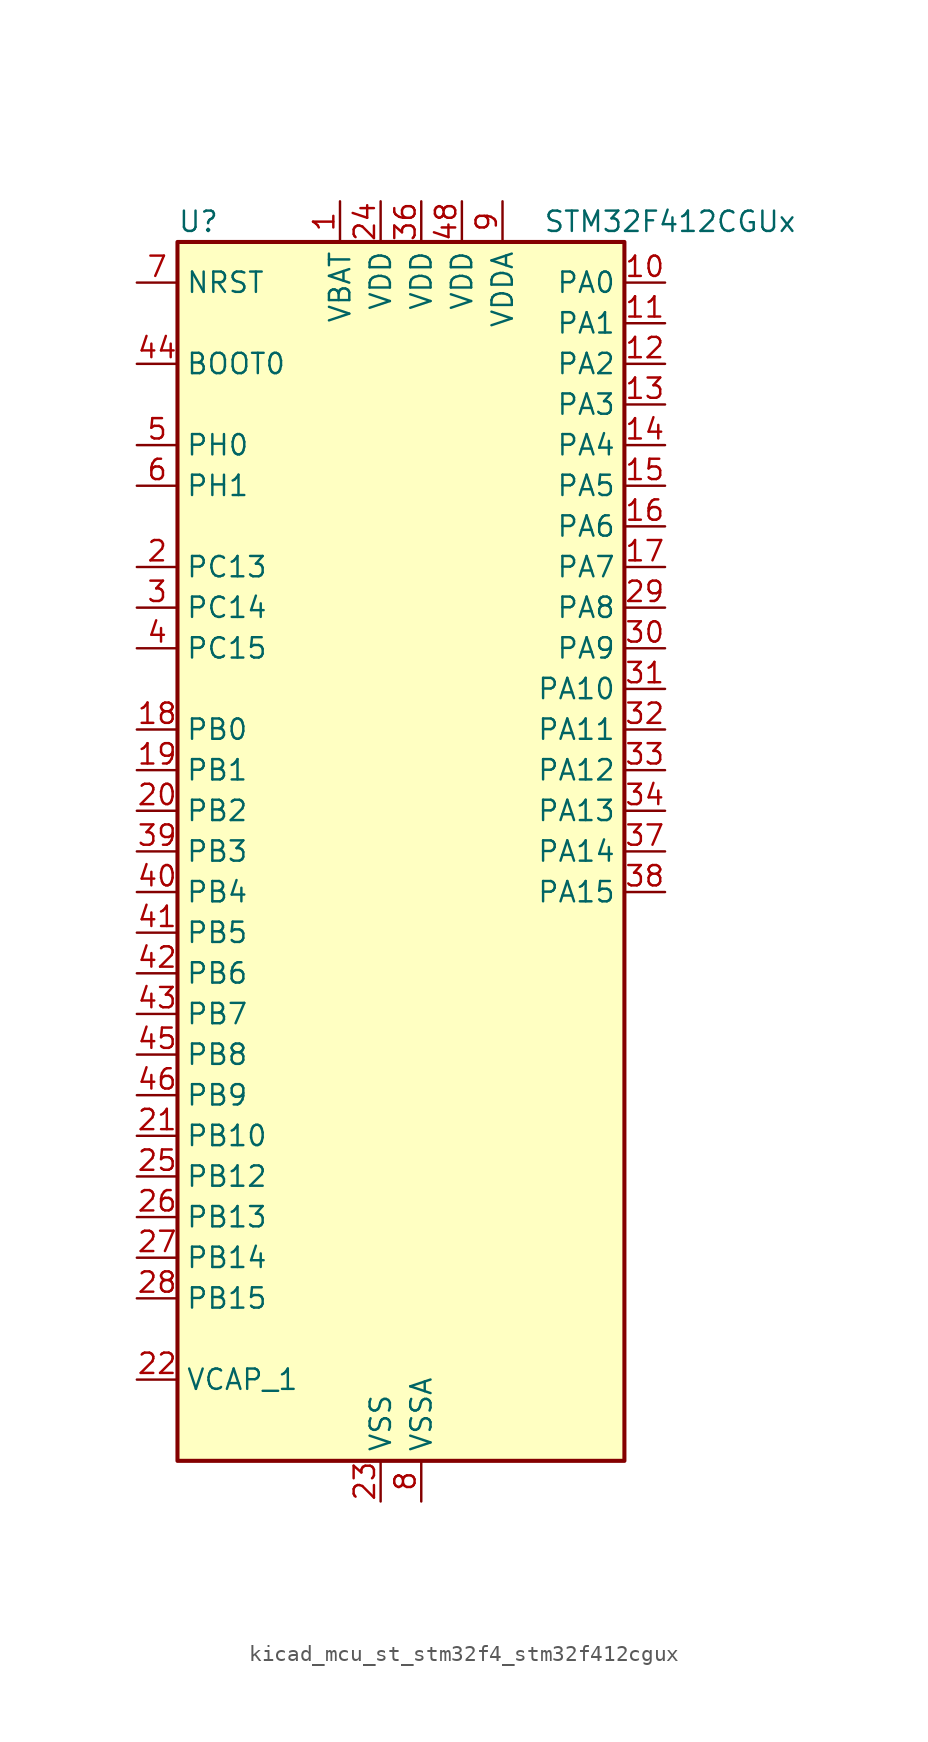
<source format=kicad_sym>
(kicad_symbol_lib
  (version 20220914)
  (generator kicad_symbol_editor)
  (symbol "kicad_mcu_st_stm32f4_stm32f412cgux"
    (property "Reference" "U"
      (at -12.7 39.37 0)
      (effects (font (size 1.27 1.27)) (justify left)))
    (property "Value" "STM32F412CGUx"
      (at 10.16 39.37 0)
      (effects (font (size 1.27 1.27)) (justify left)))
    (property "ki_locked" ""
      (at 0 0 0)
      (effects (font (size 1.27 1.27))))
    (symbol "kicad_mcu_st_stm32f4_stm32f412cgux_0_1"
      (rectangle (start -12.7 -38.1) (end 15.24 38.1) (stroke (width 0.254) (type default)) (fill (type background))))
    (symbol "kicad_mcu_st_stm32f4_stm32f412cgux_1_1"
      (pin power_in line (at -2.54 40.64 270) (length 2.54) (name "VBAT" (effects (font (size 1.27 1.27)))) (number "1" (effects (font (size 1.27 1.27)))))
      (pin bidirectional line (at 17.78 35.56 180) (length 2.54) (name "PA0" (effects (font (size 1.27 1.27)))) (number "10" (effects (font (size 1.27 1.27)))) (alternate "ADC1_IN0" bidirectional line) (alternate "SYS_WKUP1" bidirectional line) (alternate "TIM2_CH1" bidirectional line) (alternate "TIM2_ETR" bidirectional line) (alternate "TIM5_CH1" bidirectional line) (alternate "TIM8_ETR" bidirectional line) (alternate "USART2_CTS" bidirectional line))
      (pin bidirectional line (at 17.78 33.02 180) (length 2.54) (name "PA1" (effects (font (size 1.27 1.27)))) (number "11" (effects (font (size 1.27 1.27)))) (alternate "ADC1_IN1" bidirectional line) (alternate "I2S4_SD" bidirectional line) (alternate "SPI4_MOSI" bidirectional line) (alternate "TIM2_CH2" bidirectional line) (alternate "TIM5_CH2" bidirectional line) (alternate "USART2_RTS" bidirectional line))
      (pin bidirectional line (at 17.78 30.48 180) (length 2.54) (name "PA2" (effects (font (size 1.27 1.27)))) (number "12" (effects (font (size 1.27 1.27)))) (alternate "ADC1_IN2" bidirectional line) (alternate "I2S_CKIN" bidirectional line) (alternate "TIM2_CH3" bidirectional line) (alternate "TIM5_CH3" bidirectional line) (alternate "TIM9_CH1" bidirectional line) (alternate "USART2_TX" bidirectional line))
      (pin bidirectional line (at 17.78 27.94 180) (length 2.54) (name "PA3" (effects (font (size 1.27 1.27)))) (number "13" (effects (font (size 1.27 1.27)))) (alternate "ADC1_IN3" bidirectional line) (alternate "I2S2_MCK" bidirectional line) (alternate "TIM2_CH4" bidirectional line) (alternate "TIM5_CH4" bidirectional line) (alternate "TIM9_CH2" bidirectional line) (alternate "USART2_RX" bidirectional line))
      (pin bidirectional line (at 17.78 25.4 180) (length 2.54) (name "PA4" (effects (font (size 1.27 1.27)))) (number "14" (effects (font (size 1.27 1.27)))) (alternate "ADC1_IN4" bidirectional line) (alternate "DFSDM1_DATIN1" bidirectional line) (alternate "I2S1_WS" bidirectional line) (alternate "I2S3_WS" bidirectional line) (alternate "SPI1_NSS" bidirectional line) (alternate "SPI3_NSS" bidirectional line) (alternate "USART2_CK" bidirectional line))
      (pin bidirectional line (at 17.78 22.86 180) (length 2.54) (name "PA5" (effects (font (size 1.27 1.27)))) (number "15" (effects (font (size 1.27 1.27)))) (alternate "ADC1_IN5" bidirectional line) (alternate "DFSDM1_CKIN1" bidirectional line) (alternate "I2S1_CK" bidirectional line) (alternate "SPI1_SCK" bidirectional line) (alternate "TIM2_CH1" bidirectional line) (alternate "TIM2_ETR" bidirectional line) (alternate "TIM8_CH1N" bidirectional line))
      (pin bidirectional line (at 17.78 20.32 180) (length 2.54) (name "PA6" (effects (font (size 1.27 1.27)))) (number "16" (effects (font (size 1.27 1.27)))) (alternate "ADC1_IN6" bidirectional line) (alternate "I2S2_MCK" bidirectional line) (alternate "SDIO_CMD" bidirectional line) (alternate "SPI1_MISO" bidirectional line) (alternate "TIM13_CH1" bidirectional line) (alternate "TIM1_BKIN" bidirectional line) (alternate "TIM3_CH1" bidirectional line) (alternate "TIM8_BKIN" bidirectional line))
      (pin bidirectional line (at 17.78 17.78 180) (length 2.54) (name "PA7" (effects (font (size 1.27 1.27)))) (number "17" (effects (font (size 1.27 1.27)))) (alternate "ADC1_IN7" bidirectional line) (alternate "I2S1_SD" bidirectional line) (alternate "SPI1_MOSI" bidirectional line) (alternate "TIM14_CH1" bidirectional line) (alternate "TIM1_CH1N" bidirectional line) (alternate "TIM3_CH2" bidirectional line) (alternate "TIM8_CH1N" bidirectional line))
      (pin bidirectional line (at -15.24 7.62 0) (length 2.54) (name "PB0" (effects (font (size 1.27 1.27)))) (number "18" (effects (font (size 1.27 1.27)))) (alternate "ADC1_IN8" bidirectional line) (alternate "I2S5_CK" bidirectional line) (alternate "SPI5_SCK" bidirectional line) (alternate "TIM1_CH2N" bidirectional line) (alternate "TIM3_CH3" bidirectional line) (alternate "TIM8_CH2N" bidirectional line))
      (pin bidirectional line (at -15.24 5.08 0) (length 2.54) (name "PB1" (effects (font (size 1.27 1.27)))) (number "19" (effects (font (size 1.27 1.27)))) (alternate "ADC1_IN9" bidirectional line) (alternate "DFSDM1_DATIN0" bidirectional line) (alternate "I2S5_WS" bidirectional line) (alternate "SPI5_NSS" bidirectional line) (alternate "TIM1_CH3N" bidirectional line) (alternate "TIM3_CH4" bidirectional line) (alternate "TIM8_CH3N" bidirectional line))
      (pin bidirectional line (at -15.24 17.78 0) (length 2.54) (name "PC13" (effects (font (size 1.27 1.27)))) (number "2" (effects (font (size 1.27 1.27)))) (alternate "RTC_AF1" bidirectional line))
      (pin bidirectional line (at -15.24 2.54 0) (length 2.54) (name "PB2" (effects (font (size 1.27 1.27)))) (number "20" (effects (font (size 1.27 1.27)))) (alternate "DFSDM1_CKIN0" bidirectional line))
      (pin bidirectional line (at -15.24 -17.78 0) (length 2.54) (name "PB10" (effects (font (size 1.27 1.27)))) (number "21" (effects (font (size 1.27 1.27)))) (alternate "FMPI2C1_SCL" bidirectional line) (alternate "I2C2_SCL" bidirectional line) (alternate "I2S2_CK" bidirectional line) (alternate "I2S3_MCK" bidirectional line) (alternate "SDIO_D7" bidirectional line) (alternate "SPI2_SCK" bidirectional line) (alternate "TIM2_CH3" bidirectional line) (alternate "USART3_TX" bidirectional line))
      (pin power_out line (at -15.24 -33.02 0) (length 2.54) (name "VCAP_1" (effects (font (size 1.27 1.27)))) (number "22" (effects (font (size 1.27 1.27)))))
      (pin power_in line (at 0 -40.64 90) (length 2.54) (name "VSS" (effects (font (size 1.27 1.27)))) (number "23" (effects (font (size 1.27 1.27)))))
      (pin power_in line (at 0 40.64 270) (length 2.54) (name "VDD" (effects (font (size 1.27 1.27)))) (number "24" (effects (font (size 1.27 1.27)))))
      (pin bidirectional line (at -15.24 -20.32 0) (length 2.54) (name "PB12" (effects (font (size 1.27 1.27)))) (number "25" (effects (font (size 1.27 1.27)))) (alternate "CAN2_RX" bidirectional line) (alternate "DFSDM1_DATIN1" bidirectional line) (alternate "I2C2_SMBA" bidirectional line) (alternate "I2S2_WS" bidirectional line) (alternate "I2S3_CK" bidirectional line) (alternate "I2S4_WS" bidirectional line) (alternate "SPI2_NSS" bidirectional line) (alternate "SPI3_SCK" bidirectional line) (alternate "SPI4_NSS" bidirectional line) (alternate "TIM1_BKIN" bidirectional line) (alternate "USART3_CK" bidirectional line))
      (pin bidirectional line (at -15.24 -22.86 0) (length 2.54) (name "PB13" (effects (font (size 1.27 1.27)))) (number "26" (effects (font (size 1.27 1.27)))) (alternate "CAN2_TX" bidirectional line) (alternate "DFSDM1_CKIN1" bidirectional line) (alternate "FMPI2C1_SMBA" bidirectional line) (alternate "I2S2_CK" bidirectional line) (alternate "I2S4_CK" bidirectional line) (alternate "SPI2_SCK" bidirectional line) (alternate "SPI4_SCK" bidirectional line) (alternate "TIM1_CH1N" bidirectional line))
      (pin bidirectional line (at -15.24 -25.4 0) (length 2.54) (name "PB14" (effects (font (size 1.27 1.27)))) (number "27" (effects (font (size 1.27 1.27)))) (alternate "DFSDM1_DATIN2" bidirectional line) (alternate "FMPI2C1_SDA" bidirectional line) (alternate "I2S2_ext_SD" bidirectional line) (alternate "SDIO_D6" bidirectional line) (alternate "SPI2_MISO" bidirectional line) (alternate "TIM12_CH1" bidirectional line) (alternate "TIM1_CH2N" bidirectional line) (alternate "TIM8_CH2N" bidirectional line))
      (pin bidirectional line (at -15.24 -27.94 0) (length 2.54) (name "PB15" (effects (font (size 1.27 1.27)))) (number "28" (effects (font (size 1.27 1.27)))) (alternate "ADC1_EXTI15" bidirectional line) (alternate "DFSDM1_CKIN2" bidirectional line) (alternate "FMPI2C1_SCL" bidirectional line) (alternate "I2S2_SD" bidirectional line) (alternate "RTC_REFIN" bidirectional line) (alternate "SDIO_CK" bidirectional line) (alternate "SPI2_MOSI" bidirectional line) (alternate "TIM12_CH2" bidirectional line) (alternate "TIM1_CH3N" bidirectional line) (alternate "TIM8_CH3N" bidirectional line))
      (pin bidirectional line (at 17.78 15.24 180) (length 2.54) (name "PA8" (effects (font (size 1.27 1.27)))) (number "29" (effects (font (size 1.27 1.27)))) (alternate "I2C3_SCL" bidirectional line) (alternate "RCC_MCO_1" bidirectional line) (alternate "SDIO_D1" bidirectional line) (alternate "TIM1_CH1" bidirectional line) (alternate "USART1_CK" bidirectional line) (alternate "USB_OTG_FS_SOF" bidirectional line))
      (pin bidirectional line (at -15.24 15.24 0) (length 2.54) (name "PC14" (effects (font (size 1.27 1.27)))) (number "3" (effects (font (size 1.27 1.27)))) (alternate "RCC_OSC32_IN" bidirectional line))
      (pin bidirectional line (at 17.78 12.7 180) (length 2.54) (name "PA9" (effects (font (size 1.27 1.27)))) (number "30" (effects (font (size 1.27 1.27)))) (alternate "I2C3_SMBA" bidirectional line) (alternate "SDIO_D2" bidirectional line) (alternate "TIM1_CH2" bidirectional line) (alternate "USART1_TX" bidirectional line) (alternate "USB_OTG_FS_VBUS" bidirectional line))
      (pin bidirectional line (at 17.78 10.16 180) (length 2.54) (name "PA10" (effects (font (size 1.27 1.27)))) (number "31" (effects (font (size 1.27 1.27)))) (alternate "I2S5_SD" bidirectional line) (alternate "SPI5_MOSI" bidirectional line) (alternate "TIM1_CH3" bidirectional line) (alternate "USART1_RX" bidirectional line) (alternate "USB_OTG_FS_ID" bidirectional line))
      (pin bidirectional line (at 17.78 7.62 180) (length 2.54) (name "PA11" (effects (font (size 1.27 1.27)))) (number "32" (effects (font (size 1.27 1.27)))) (alternate "ADC1_EXTI11" bidirectional line) (alternate "CAN1_RX" bidirectional line) (alternate "SPI4_MISO" bidirectional line) (alternate "TIM1_CH4" bidirectional line) (alternate "USART1_CTS" bidirectional line) (alternate "USART6_TX" bidirectional line) (alternate "USB_OTG_FS_DM" bidirectional line))
      (pin bidirectional line (at 17.78 5.08 180) (length 2.54) (name "PA12" (effects (font (size 1.27 1.27)))) (number "33" (effects (font (size 1.27 1.27)))) (alternate "CAN1_TX" bidirectional line) (alternate "SPI5_MISO" bidirectional line) (alternate "TIM1_ETR" bidirectional line) (alternate "USART1_RTS" bidirectional line) (alternate "USART6_RX" bidirectional line) (alternate "USB_OTG_FS_DP" bidirectional line))
      (pin bidirectional line (at 17.78 2.54 180) (length 2.54) (name "PA13" (effects (font (size 1.27 1.27)))) (number "34" (effects (font (size 1.27 1.27)))) (alternate "SYS_JTMS-SWDIO" bidirectional line))
      (pin passive line (at 0 -40.64 90) (length 2.54) hide (name "VSS" (effects (font (size 1.27 1.27)))) (number "35" (effects (font (size 1.27 1.27)))))
      (pin power_in line (at 2.54 40.64 270) (length 2.54) (name "VDD" (effects (font (size 1.27 1.27)))) (number "36" (effects (font (size 1.27 1.27)))))
      (pin bidirectional line (at 17.78 0 180) (length 2.54) (name "PA14" (effects (font (size 1.27 1.27)))) (number "37" (effects (font (size 1.27 1.27)))) (alternate "SYS_JTCK-SWCLK" bidirectional line))
      (pin bidirectional line (at 17.78 -2.54 180) (length 2.54) (name "PA15" (effects (font (size 1.27 1.27)))) (number "38" (effects (font (size 1.27 1.27)))) (alternate "ADC1_EXTI15" bidirectional line) (alternate "I2S1_WS" bidirectional line) (alternate "I2S3_WS" bidirectional line) (alternate "SPI1_NSS" bidirectional line) (alternate "SPI3_NSS" bidirectional line) (alternate "SYS_JTDI" bidirectional line) (alternate "TIM2_CH1" bidirectional line) (alternate "TIM2_ETR" bidirectional line) (alternate "USART1_TX" bidirectional line))
      (pin bidirectional line (at -15.24 0 0) (length 2.54) (name "PB3" (effects (font (size 1.27 1.27)))) (number "39" (effects (font (size 1.27 1.27)))) (alternate "FMPI2C1_SDA" bidirectional line) (alternate "I2C2_SDA" bidirectional line) (alternate "I2S1_CK" bidirectional line) (alternate "I2S3_CK" bidirectional line) (alternate "SPI1_SCK" bidirectional line) (alternate "SPI3_SCK" bidirectional line) (alternate "SYS_JTDO-SWO" bidirectional line) (alternate "TIM2_CH2" bidirectional line) (alternate "USART1_RX" bidirectional line))
      (pin bidirectional line (at -15.24 12.7 0) (length 2.54) (name "PC15" (effects (font (size 1.27 1.27)))) (number "4" (effects (font (size 1.27 1.27)))) (alternate "ADC1_EXTI15" bidirectional line) (alternate "RCC_OSC32_OUT" bidirectional line))
      (pin bidirectional line (at -15.24 -2.54 0) (length 2.54) (name "PB4" (effects (font (size 1.27 1.27)))) (number "40" (effects (font (size 1.27 1.27)))) (alternate "I2C3_SDA" bidirectional line) (alternate "I2S3_ext_SD" bidirectional line) (alternate "SDIO_D0" bidirectional line) (alternate "SPI1_MISO" bidirectional line) (alternate "SPI3_MISO" bidirectional line) (alternate "SYS_JTRST" bidirectional line) (alternate "TIM3_CH1" bidirectional line))
      (pin bidirectional line (at -15.24 -5.08 0) (length 2.54) (name "PB5" (effects (font (size 1.27 1.27)))) (number "41" (effects (font (size 1.27 1.27)))) (alternate "CAN2_RX" bidirectional line) (alternate "I2C1_SMBA" bidirectional line) (alternate "I2S1_SD" bidirectional line) (alternate "I2S3_SD" bidirectional line) (alternate "SDIO_D3" bidirectional line) (alternate "SPI1_MOSI" bidirectional line) (alternate "SPI3_MOSI" bidirectional line) (alternate "TIM3_CH2" bidirectional line))
      (pin bidirectional line (at -15.24 -7.62 0) (length 2.54) (name "PB6" (effects (font (size 1.27 1.27)))) (number "42" (effects (font (size 1.27 1.27)))) (alternate "CAN2_TX" bidirectional line) (alternate "I2C1_SCL" bidirectional line) (alternate "SDIO_D0" bidirectional line) (alternate "TIM4_CH1" bidirectional line) (alternate "USART1_TX" bidirectional line))
      (pin bidirectional line (at -15.24 -10.16 0) (length 2.54) (name "PB7" (effects (font (size 1.27 1.27)))) (number "43" (effects (font (size 1.27 1.27)))) (alternate "I2C1_SDA" bidirectional line) (alternate "TIM4_CH2" bidirectional line) (alternate "USART1_RX" bidirectional line))
      (pin input line (at -15.24 30.48 0) (length 2.54) (name "BOOT0" (effects (font (size 1.27 1.27)))) (number "44" (effects (font (size 1.27 1.27)))))
      (pin bidirectional line (at -15.24 -12.7 0) (length 2.54) (name "PB8" (effects (font (size 1.27 1.27)))) (number "45" (effects (font (size 1.27 1.27)))) (alternate "CAN1_RX" bidirectional line) (alternate "I2C1_SCL" bidirectional line) (alternate "I2C3_SDA" bidirectional line) (alternate "I2S5_SD" bidirectional line) (alternate "SDIO_D4" bidirectional line) (alternate "SPI5_MOSI" bidirectional line) (alternate "TIM10_CH1" bidirectional line) (alternate "TIM4_CH3" bidirectional line))
      (pin bidirectional line (at -15.24 -15.24 0) (length 2.54) (name "PB9" (effects (font (size 1.27 1.27)))) (number "46" (effects (font (size 1.27 1.27)))) (alternate "CAN1_TX" bidirectional line) (alternate "I2C1_SDA" bidirectional line) (alternate "I2C2_SDA" bidirectional line) (alternate "I2S2_WS" bidirectional line) (alternate "SDIO_D5" bidirectional line) (alternate "SPI2_NSS" bidirectional line) (alternate "TIM11_CH1" bidirectional line) (alternate "TIM4_CH4" bidirectional line))
      (pin passive line (at 0 -40.64 90) (length 2.54) hide (name "VSS" (effects (font (size 1.27 1.27)))) (number "47" (effects (font (size 1.27 1.27)))))
      (pin power_in line (at 5.08 40.64 270) (length 2.54) (name "VDD" (effects (font (size 1.27 1.27)))) (number "48" (effects (font (size 1.27 1.27)))))
      (pin passive line (at 0 -40.64 90) (length 2.54) hide (name "VSS" (effects (font (size 1.27 1.27)))) (number "49" (effects (font (size 1.27 1.27)))))
      (pin bidirectional line (at -15.24 25.4 0) (length 2.54) (name "PH0" (effects (font (size 1.27 1.27)))) (number "5" (effects (font (size 1.27 1.27)))) (alternate "RCC_OSC_IN" bidirectional line))
      (pin bidirectional line (at -15.24 22.86 0) (length 2.54) (name "PH1" (effects (font (size 1.27 1.27)))) (number "6" (effects (font (size 1.27 1.27)))) (alternate "RCC_OSC_OUT" bidirectional line))
      (pin input line (at -15.24 35.56 0) (length 2.54) (name "NRST" (effects (font (size 1.27 1.27)))) (number "7" (effects (font (size 1.27 1.27)))))
      (pin power_in line (at 2.54 -40.64 90) (length 2.54) (name "VSSA" (effects (font (size 1.27 1.27)))) (number "8" (effects (font (size 1.27 1.27)))))
      (pin power_in line (at 7.62 40.64 270) (length 2.54) (name "VDDA" (effects (font (size 1.27 1.27)))) (number "9" (effects (font (size 1.27 1.27))))))))
</source>
